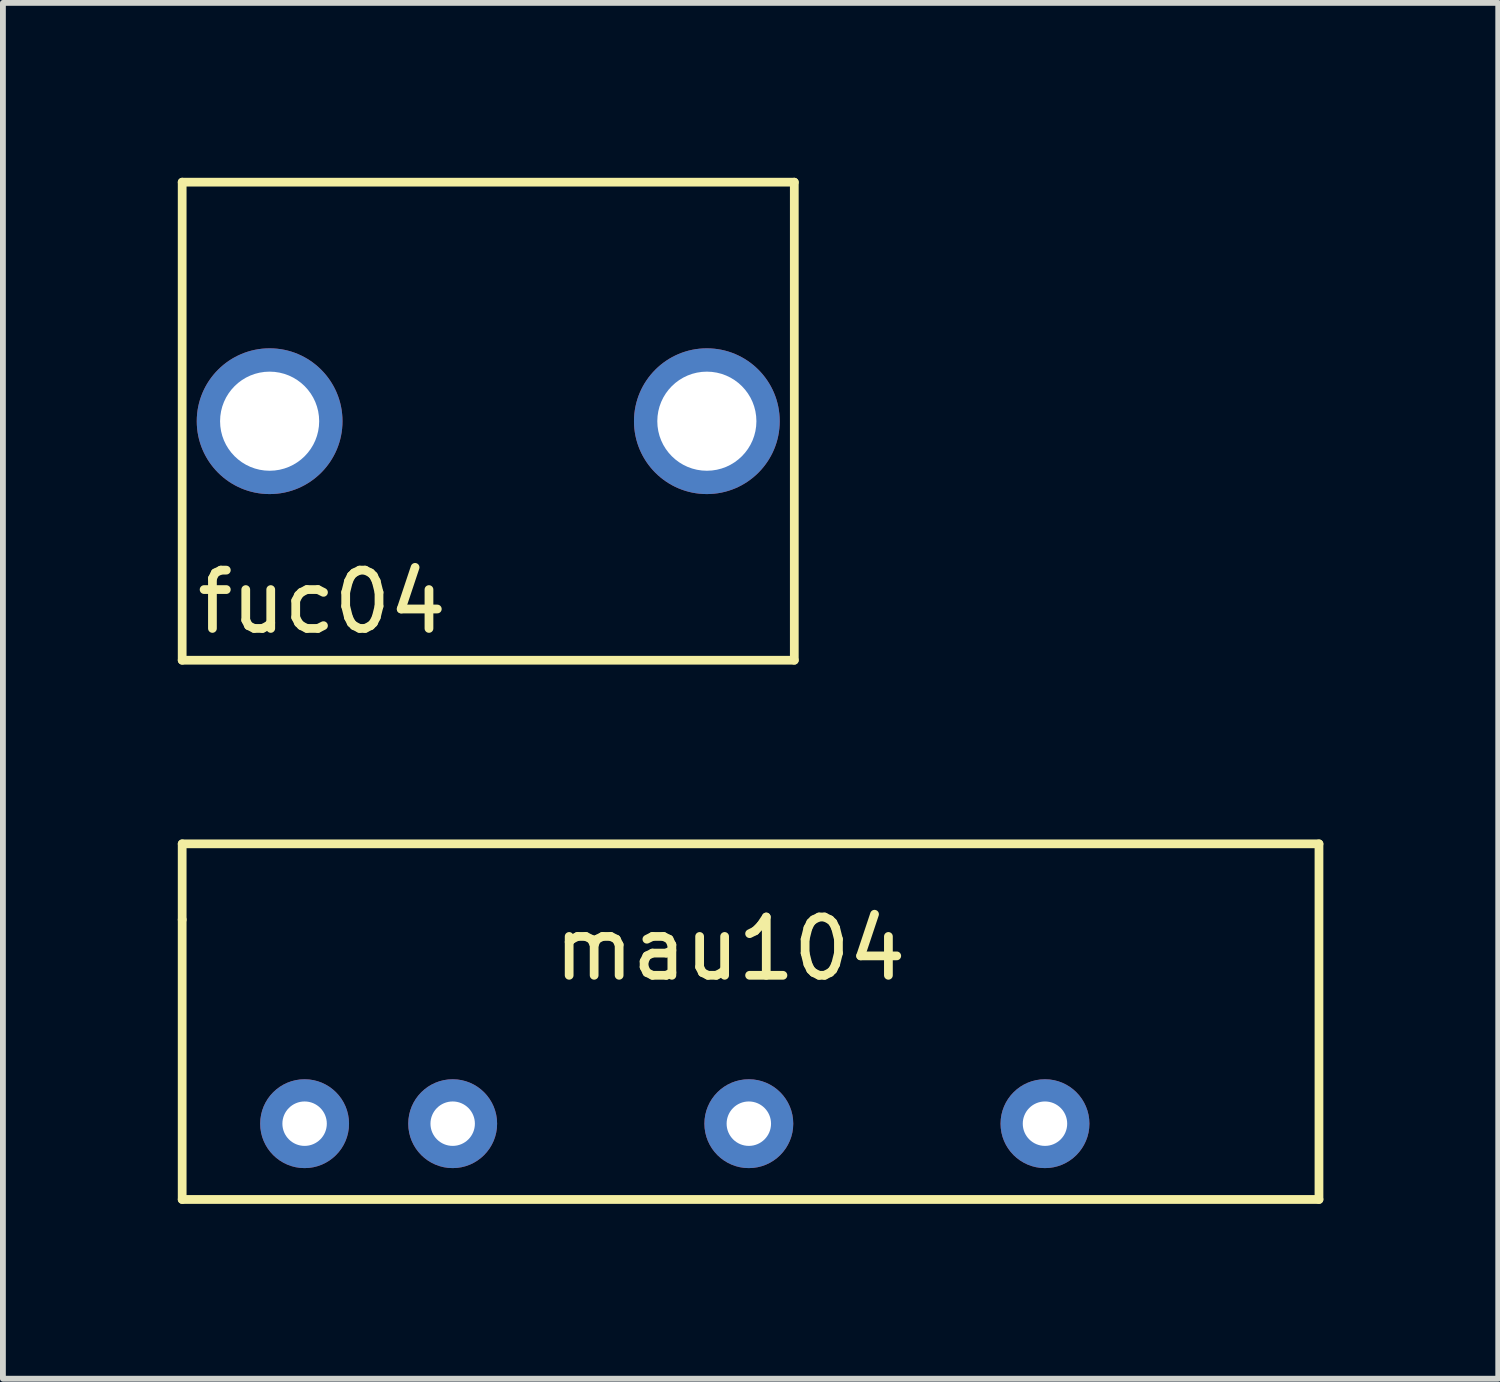
<source format=kicad_pcb>
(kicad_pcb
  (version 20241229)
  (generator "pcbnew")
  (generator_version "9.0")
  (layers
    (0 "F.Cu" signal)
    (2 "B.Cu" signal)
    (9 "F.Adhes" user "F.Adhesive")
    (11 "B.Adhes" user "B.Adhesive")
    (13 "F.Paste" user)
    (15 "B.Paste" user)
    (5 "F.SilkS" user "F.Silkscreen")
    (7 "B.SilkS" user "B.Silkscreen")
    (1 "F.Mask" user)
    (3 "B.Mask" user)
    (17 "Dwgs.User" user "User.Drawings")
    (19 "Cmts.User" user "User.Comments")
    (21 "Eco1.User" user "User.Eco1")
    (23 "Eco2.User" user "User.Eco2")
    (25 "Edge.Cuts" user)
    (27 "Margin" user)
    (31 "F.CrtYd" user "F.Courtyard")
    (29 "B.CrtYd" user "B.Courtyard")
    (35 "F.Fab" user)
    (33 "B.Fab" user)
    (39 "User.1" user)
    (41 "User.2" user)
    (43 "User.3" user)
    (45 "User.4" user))
  (footprint "mau104"
    (layer "F.Cu")
    (at 2.175 16.225)
    (property "Reference" "mau104" (at 7.3 -3 0) (layer "F.SilkS") (effects (font (size 1 1) (thickness 0.15))))
    (attr through_hole)
    (fp_line (start -2.1 -4.8) (end -2.1 -3.5) (stroke (width 0.15) (type solid)) (layer "F.SilkS"))
    (fp_line (start -2.1 -3.5) (end -2.1 1.3) (stroke (width 0.15) (type solid)) (layer "F.SilkS"))
    (fp_line (start -2.1 1.3) (end 17.4 1.3) (stroke (width 0.15) (type solid)) (layer "F.SilkS"))
    (fp_line (start 17.4 -4.8) (end -2.1 -4.8) (stroke (width 0.15) (type solid)) (layer "F.SilkS"))
    (fp_line (start 17.4 1.3) (end 17.4 -4.8) (stroke (width 0.15) (type solid)) (layer "F.SilkS"))
    (pad "1" thru_hole circle (at 0 0) (size 1.524 1.524) (drill 0.762) (layers "*.Cu" "*.Mask"))
    (pad "2" thru_hole circle (at 2.54 0) (size 1.524 1.524) (drill 0.762) (layers "*.Cu" "*.Mask"))
    (pad "3" thru_hole circle (at 7.62 0) (size 1.524 1.524) (drill 0.762) (layers "*.Cu" "*.Mask"))
    (pad "4" thru_hole circle (at 12.7 0) (size 1.524 1.524) (drill 0.762) (layers "*.Cu" "*.Mask")))
  (footprint "fuc04"
    (layer "F.Cu")
    (at 1.575 4.175)
    (property "Reference" "fuc04" (at 0.9 3.1 0) (layer "F.SilkS") (effects (font (size 1 1) (thickness 0.15))))
    (attr through_hole)
    (fp_line (start -1.5 -4.1) (end -1.5 4.1) (stroke (width 0.15) (type solid)) (layer "F.SilkS"))
    (fp_line (start -1.5 4.1) (end 9 4.1) (stroke (width 0.15) (type solid)) (layer "F.SilkS"))
    (fp_line (start 9 -4.1) (end -1.5 -4.1) (stroke (width 0.15) (type solid)) (layer "F.SilkS"))
    (fp_line (start 9 4.1) (end 9 -4.1) (stroke (width 0.15) (type solid)) (layer "F.SilkS"))
    (pad "1" thru_hole circle (at 0 0) (size 2.5 2.5) (drill 1.7) (layers "*.Cu" "*.Mask"))
    (pad "2" thru_hole circle (at 7.5 0) (size 2.5 2.5) (drill 1.7) (layers "*.Cu" "*.Mask")))
  (gr_rect
    (start -3 -3)
    (end 22.65 20.6)
    (stroke (width 0.1) (type default))
    (fill no)
    (layer "Edge.Cuts")))
</source>
